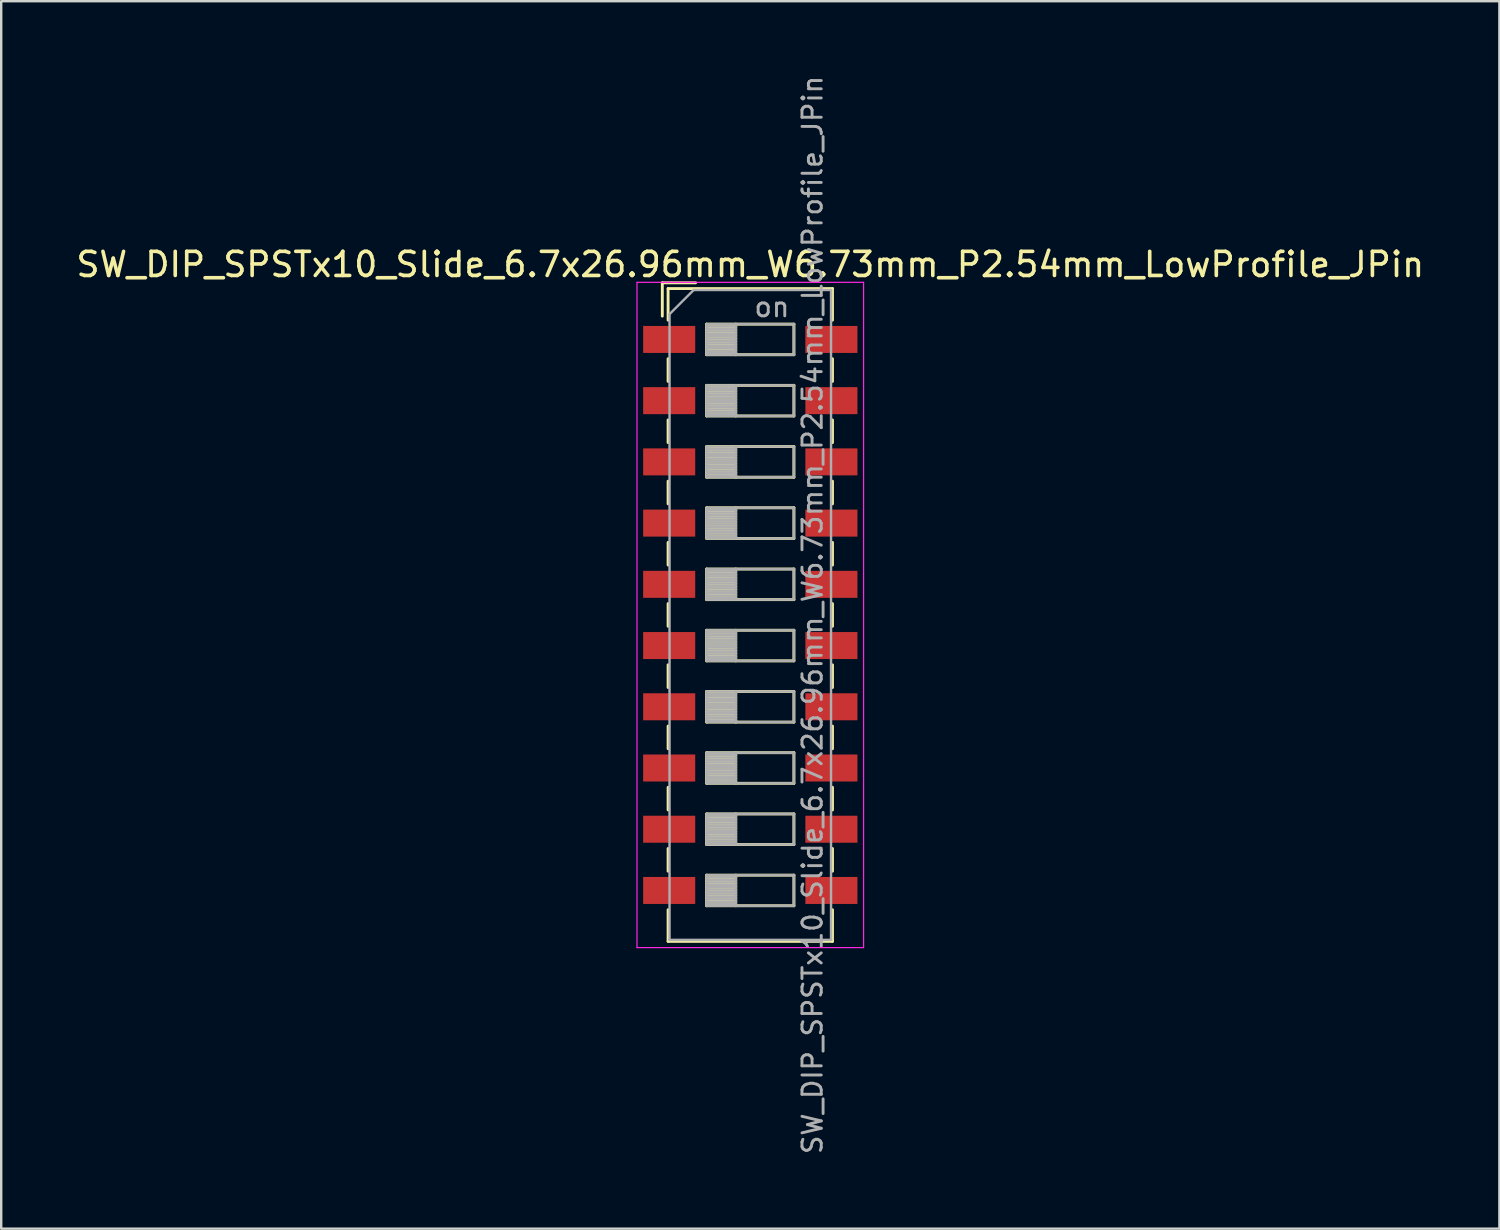
<source format=kicad_pcb>
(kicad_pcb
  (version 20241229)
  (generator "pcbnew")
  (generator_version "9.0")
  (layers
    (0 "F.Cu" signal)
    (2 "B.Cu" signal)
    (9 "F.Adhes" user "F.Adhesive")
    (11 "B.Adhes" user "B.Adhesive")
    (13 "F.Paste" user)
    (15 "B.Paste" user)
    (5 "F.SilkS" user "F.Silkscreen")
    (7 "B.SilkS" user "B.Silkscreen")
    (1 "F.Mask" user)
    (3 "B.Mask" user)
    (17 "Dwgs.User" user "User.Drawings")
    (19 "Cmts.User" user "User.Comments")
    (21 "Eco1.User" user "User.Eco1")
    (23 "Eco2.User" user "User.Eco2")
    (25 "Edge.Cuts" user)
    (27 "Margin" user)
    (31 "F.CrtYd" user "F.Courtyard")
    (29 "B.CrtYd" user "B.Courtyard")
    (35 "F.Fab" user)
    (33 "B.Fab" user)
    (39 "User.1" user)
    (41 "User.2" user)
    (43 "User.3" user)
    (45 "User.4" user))
  (footprint "SW_DIP_SPSTx10_Slide_6.7x26.96mm_W6.73mm_P2.54mm_LowProfile_JPin"
    (layer "F.Cu")
    (at 28.077 22.462)
    (property "Reference" "SW_DIP_SPSTx10_Slide_6.7x26.96mm_W6.73mm_P2.54mm_LowProfile_JPin" (at 0 -14.54 0) (layer "F.SilkS") (effects (font (size 1 1) (thickness 0.15))))
    (attr smd)
    (fp_line (start -3.65 -13.78) (end -3.65 -12.397) (stroke (width 0.12) (type solid)) (layer "F.SilkS"))
    (fp_line (start -3.65 -13.78) (end -2.267 -13.78) (stroke (width 0.12) (type solid)) (layer "F.SilkS"))
    (fp_line (start -3.41 -13.54) (end -3.41 -12.23) (stroke (width 0.12) (type solid)) (layer "F.SilkS"))
    (fp_line (start -3.41 -13.54) (end 3.41 -13.54) (stroke (width 0.12) (type solid)) (layer "F.SilkS"))
    (fp_line (start -3.41 -10.63) (end -3.41 -9.69) (stroke (width 0.12) (type solid)) (layer "F.SilkS"))
    (fp_line (start -3.41 -8.09) (end -3.41 -7.15) (stroke (width 0.12) (type solid)) (layer "F.SilkS"))
    (fp_line (start -3.41 -5.55) (end -3.41 -4.61) (stroke (width 0.12) (type solid)) (layer "F.SilkS"))
    (fp_line (start -3.41 -3.01) (end -3.41 -2.07) (stroke (width 0.12) (type solid)) (layer "F.SilkS"))
    (fp_line (start -3.41 -0.47) (end -3.41 0.47) (stroke (width 0.12) (type solid)) (layer "F.SilkS"))
    (fp_line (start -3.41 2.07) (end -3.41 3.01) (stroke (width 0.12) (type solid)) (layer "F.SilkS"))
    (fp_line (start -3.41 4.61) (end -3.41 5.55) (stroke (width 0.12) (type solid)) (layer "F.SilkS"))
    (fp_line (start -3.41 7.15) (end -3.41 8.09) (stroke (width 0.12) (type solid)) (layer "F.SilkS"))
    (fp_line (start -3.41 9.69) (end -3.41 10.63) (stroke (width 0.12) (type solid)) (layer "F.SilkS"))
    (fp_line (start -3.41 12.23) (end -3.41 13.541) (stroke (width 0.12) (type solid)) (layer "F.SilkS"))
    (fp_line (start -3.41 13.541) (end 3.41 13.541) (stroke (width 0.12) (type solid)) (layer "F.SilkS"))
    (fp_line (start -1.81 -12.065) (end -1.81 -10.795) (stroke (width 0.12) (type solid)) (layer "F.SilkS"))
    (fp_line (start -1.81 -11.945) (end -0.603 -11.945) (stroke (width 0.12) (type solid)) (layer "F.SilkS"))
    (fp_line (start -1.81 -11.825) (end -0.603 -11.825) (stroke (width 0.12) (type solid)) (layer "F.SilkS"))
    (fp_line (start -1.81 -11.705) (end -0.603 -11.705) (stroke (width 0.12) (type solid)) (layer "F.SilkS"))
    (fp_line (start -1.81 -11.585) (end -0.603 -11.585) (stroke (width 0.12) (type solid)) (layer "F.SilkS"))
    (fp_line (start -1.81 -11.465) (end -0.603 -11.465) (stroke (width 0.12) (type solid)) (layer "F.SilkS"))
    (fp_line (start -1.81 -11.345) (end -0.603 -11.345) (stroke (width 0.12) (type solid)) (layer "F.SilkS"))
    (fp_line (start -1.81 -11.225) (end -0.603 -11.225) (stroke (width 0.12) (type solid)) (layer "F.SilkS"))
    (fp_line (start -1.81 -11.105) (end -0.603 -11.105) (stroke (width 0.12) (type solid)) (layer "F.SilkS"))
    (fp_line (start -1.81 -10.985) (end -0.603 -10.985) (stroke (width 0.12) (type solid)) (layer "F.SilkS"))
    (fp_line (start -1.81 -10.865) (end -0.603 -10.865) (stroke (width 0.12) (type solid)) (layer "F.SilkS"))
    (fp_line (start -1.81 -10.795) (end 1.81 -10.795) (stroke (width 0.12) (type solid)) (layer "F.SilkS"))
    (fp_line (start -1.81 -9.525) (end -1.81 -8.255) (stroke (width 0.12) (type solid)) (layer "F.SilkS"))
    (fp_line (start -1.81 -9.405) (end -0.603 -9.405) (stroke (width 0.12) (type solid)) (layer "F.SilkS"))
    (fp_line (start -1.81 -9.285) (end -0.603 -9.285) (stroke (width 0.12) (type solid)) (layer "F.SilkS"))
    (fp_line (start -1.81 -9.165) (end -0.603 -9.165) (stroke (width 0.12) (type solid)) (layer "F.SilkS"))
    (fp_line (start -1.81 -9.045) (end -0.603 -9.045) (stroke (width 0.12) (type solid)) (layer "F.SilkS"))
    (fp_line (start -1.81 -8.925) (end -0.603 -8.925) (stroke (width 0.12) (type solid)) (layer "F.SilkS"))
    (fp_line (start -1.81 -8.805) (end -0.603 -8.805) (stroke (width 0.12) (type solid)) (layer "F.SilkS"))
    (fp_line (start -1.81 -8.685) (end -0.603 -8.685) (stroke (width 0.12) (type solid)) (layer "F.SilkS"))
    (fp_line (start -1.81 -8.565) (end -0.603 -8.565) (stroke (width 0.12) (type solid)) (layer "F.SilkS"))
    (fp_line (start -1.81 -8.445) (end -0.603 -8.445) (stroke (width 0.12) (type solid)) (layer "F.SilkS"))
    (fp_line (start -1.81 -8.325) (end -0.603 -8.325) (stroke (width 0.12) (type solid)) (layer "F.SilkS"))
    (fp_line (start -1.81 -8.255) (end 1.81 -8.255) (stroke (width 0.12) (type solid)) (layer "F.SilkS"))
    (fp_line (start -1.81 -6.985) (end -1.81 -5.715) (stroke (width 0.12) (type solid)) (layer "F.SilkS"))
    (fp_line (start -1.81 -6.865) (end -0.603 -6.865) (stroke (width 0.12) (type solid)) (layer "F.SilkS"))
    (fp_line (start -1.81 -6.745) (end -0.603 -6.745) (stroke (width 0.12) (type solid)) (layer "F.SilkS"))
    (fp_line (start -1.81 -6.625) (end -0.603 -6.625) (stroke (width 0.12) (type solid)) (layer "F.SilkS"))
    (fp_line (start -1.81 -6.505) (end -0.603 -6.505) (stroke (width 0.12) (type solid)) (layer "F.SilkS"))
    (fp_line (start -1.81 -6.385) (end -0.603 -6.385) (stroke (width 0.12) (type solid)) (layer "F.SilkS"))
    (fp_line (start -1.81 -6.265) (end -0.603 -6.265) (stroke (width 0.12) (type solid)) (layer "F.SilkS"))
    (fp_line (start -1.81 -6.145) (end -0.603 -6.145) (stroke (width 0.12) (type solid)) (layer "F.SilkS"))
    (fp_line (start -1.81 -6.025) (end -0.603 -6.025) (stroke (width 0.12) (type solid)) (layer "F.SilkS"))
    (fp_line (start -1.81 -5.905) (end -0.603 -5.905) (stroke (width 0.12) (type solid)) (layer "F.SilkS"))
    (fp_line (start -1.81 -5.785) (end -0.603 -5.785) (stroke (width 0.12) (type solid)) (layer "F.SilkS"))
    (fp_line (start -1.81 -5.715) (end 1.81 -5.715) (stroke (width 0.12) (type solid)) (layer "F.SilkS"))
    (fp_line (start -1.81 -4.445) (end -1.81 -3.175) (stroke (width 0.12) (type solid)) (layer "F.SilkS"))
    (fp_line (start -1.81 -4.325) (end -0.603 -4.325) (stroke (width 0.12) (type solid)) (layer "F.SilkS"))
    (fp_line (start -1.81 -4.205) (end -0.603 -4.205) (stroke (width 0.12) (type solid)) (layer "F.SilkS"))
    (fp_line (start -1.81 -4.085) (end -0.603 -4.085) (stroke (width 0.12) (type solid)) (layer "F.SilkS"))
    (fp_line (start -1.81 -3.965) (end -0.603 -3.965) (stroke (width 0.12) (type solid)) (layer "F.SilkS"))
    (fp_line (start -1.81 -3.845) (end -0.603 -3.845) (stroke (width 0.12) (type solid)) (layer "F.SilkS"))
    (fp_line (start -1.81 -3.725) (end -0.603 -3.725) (stroke (width 0.12) (type solid)) (layer "F.SilkS"))
    (fp_line (start -1.81 -3.605) (end -0.603 -3.605) (stroke (width 0.12) (type solid)) (layer "F.SilkS"))
    (fp_line (start -1.81 -3.485) (end -0.603 -3.485) (stroke (width 0.12) (type solid)) (layer "F.SilkS"))
    (fp_line (start -1.81 -3.365) (end -0.603 -3.365) (stroke (width 0.12) (type solid)) (layer "F.SilkS"))
    (fp_line (start -1.81 -3.245) (end -0.603 -3.245) (stroke (width 0.12) (type solid)) (layer "F.SilkS"))
    (fp_line (start -1.81 -3.175) (end 1.81 -3.175) (stroke (width 0.12) (type solid)) (layer "F.SilkS"))
    (fp_line (start -1.81 -1.905) (end -1.81 -0.635) (stroke (width 0.12) (type solid)) (layer "F.SilkS"))
    (fp_line (start -1.81 -1.785) (end -0.603 -1.785) (stroke (width 0.12) (type solid)) (layer "F.SilkS"))
    (fp_line (start -1.81 -1.665) (end -0.603 -1.665) (stroke (width 0.12) (type solid)) (layer "F.SilkS"))
    (fp_line (start -1.81 -1.545) (end -0.603 -1.545) (stroke (width 0.12) (type solid)) (layer "F.SilkS"))
    (fp_line (start -1.81 -1.425) (end -0.603 -1.425) (stroke (width 0.12) (type solid)) (layer "F.SilkS"))
    (fp_line (start -1.81 -1.305) (end -0.603 -1.305) (stroke (width 0.12) (type solid)) (layer "F.SilkS"))
    (fp_line (start -1.81 -1.185) (end -0.603 -1.185) (stroke (width 0.12) (type solid)) (layer "F.SilkS"))
    (fp_line (start -1.81 -1.065) (end -0.603 -1.065) (stroke (width 0.12) (type solid)) (layer "F.SilkS"))
    (fp_line (start -1.81 -0.945) (end -0.603 -0.945) (stroke (width 0.12) (type solid)) (layer "F.SilkS"))
    (fp_line (start -1.81 -0.825) (end -0.603 -0.825) (stroke (width 0.12) (type solid)) (layer "F.SilkS"))
    (fp_line (start -1.81 -0.705) (end -0.603 -0.705) (stroke (width 0.12) (type solid)) (layer "F.SilkS"))
    (fp_line (start -1.81 -0.635) (end 1.81 -0.635) (stroke (width 0.12) (type solid)) (layer "F.SilkS"))
    (fp_line (start -1.81 0.635) (end -1.81 1.905) (stroke (width 0.12) (type solid)) (layer "F.SilkS"))
    (fp_line (start -1.81 0.755) (end -0.603 0.755) (stroke (width 0.12) (type solid)) (layer "F.SilkS"))
    (fp_line (start -1.81 0.875) (end -0.603 0.875) (stroke (width 0.12) (type solid)) (layer "F.SilkS"))
    (fp_line (start -1.81 0.995) (end -0.603 0.995) (stroke (width 0.12) (type solid)) (layer "F.SilkS"))
    (fp_line (start -1.81 1.115) (end -0.603 1.115) (stroke (width 0.12) (type solid)) (layer "F.SilkS"))
    (fp_line (start -1.81 1.235) (end -0.603 1.235) (stroke (width 0.12) (type solid)) (layer "F.SilkS"))
    (fp_line (start -1.81 1.355) (end -0.603 1.355) (stroke (width 0.12) (type solid)) (layer "F.SilkS"))
    (fp_line (start -1.81 1.475) (end -0.603 1.475) (stroke (width 0.12) (type solid)) (layer "F.SilkS"))
    (fp_line (start -1.81 1.595) (end -0.603 1.595) (stroke (width 0.12) (type solid)) (layer "F.SilkS"))
    (fp_line (start -1.81 1.715) (end -0.603 1.715) (stroke (width 0.12) (type solid)) (layer "F.SilkS"))
    (fp_line (start -1.81 1.835) (end -0.603 1.835) (stroke (width 0.12) (type solid)) (layer "F.SilkS"))
    (fp_line (start -1.81 1.905) (end 1.81 1.905) (stroke (width 0.12) (type solid)) (layer "F.SilkS"))
    (fp_line (start -1.81 3.175) (end -1.81 4.445) (stroke (width 0.12) (type solid)) (layer "F.SilkS"))
    (fp_line (start -1.81 3.295) (end -0.603 3.295) (stroke (width 0.12) (type solid)) (layer "F.SilkS"))
    (fp_line (start -1.81 3.415) (end -0.603 3.415) (stroke (width 0.12) (type solid)) (layer "F.SilkS"))
    (fp_line (start -1.81 3.535) (end -0.603 3.535) (stroke (width 0.12) (type solid)) (layer "F.SilkS"))
    (fp_line (start -1.81 3.655) (end -0.603 3.655) (stroke (width 0.12) (type solid)) (layer "F.SilkS"))
    (fp_line (start -1.81 3.775) (end -0.603 3.775) (stroke (width 0.12) (type solid)) (layer "F.SilkS"))
    (fp_line (start -1.81 3.895) (end -0.603 3.895) (stroke (width 0.12) (type solid)) (layer "F.SilkS"))
    (fp_line (start -1.81 4.015) (end -0.603 4.015) (stroke (width 0.12) (type solid)) (layer "F.SilkS"))
    (fp_line (start -1.81 4.135) (end -0.603 4.135) (stroke (width 0.12) (type solid)) (layer "F.SilkS"))
    (fp_line (start -1.81 4.255) (end -0.603 4.255) (stroke (width 0.12) (type solid)) (layer "F.SilkS"))
    (fp_line (start -1.81 4.375) (end -0.603 4.375) (stroke (width 0.12) (type solid)) (layer "F.SilkS"))
    (fp_line (start -1.81 4.445) (end 1.81 4.445) (stroke (width 0.12) (type solid)) (layer "F.SilkS"))
    (fp_line (start -1.81 5.715) (end -1.81 6.985) (stroke (width 0.12) (type solid)) (layer "F.SilkS"))
    (fp_line (start -1.81 5.835) (end -0.603 5.835) (stroke (width 0.12) (type solid)) (layer "F.SilkS"))
    (fp_line (start -1.81 5.955) (end -0.603 5.955) (stroke (width 0.12) (type solid)) (layer "F.SilkS"))
    (fp_line (start -1.81 6.075) (end -0.603 6.075) (stroke (width 0.12) (type solid)) (layer "F.SilkS"))
    (fp_line (start -1.81 6.195) (end -0.603 6.195) (stroke (width 0.12) (type solid)) (layer "F.SilkS"))
    (fp_line (start -1.81 6.315) (end -0.603 6.315) (stroke (width 0.12) (type solid)) (layer "F.SilkS"))
    (fp_line (start -1.81 6.435) (end -0.603 6.435) (stroke (width 0.12) (type solid)) (layer "F.SilkS"))
    (fp_line (start -1.81 6.555) (end -0.603 6.555) (stroke (width 0.12) (type solid)) (layer "F.SilkS"))
    (fp_line (start -1.81 6.675) (end -0.603 6.675) (stroke (width 0.12) (type solid)) (layer "F.SilkS"))
    (fp_line (start -1.81 6.795) (end -0.603 6.795) (stroke (width 0.12) (type solid)) (layer "F.SilkS"))
    (fp_line (start -1.81 6.915) (end -0.603 6.915) (stroke (width 0.12) (type solid)) (layer "F.SilkS"))
    (fp_line (start -1.81 6.985) (end 1.81 6.985) (stroke (width 0.12) (type solid)) (layer "F.SilkS"))
    (fp_line (start -1.81 8.255) (end -1.81 9.525) (stroke (width 0.12) (type solid)) (layer "F.SilkS"))
    (fp_line (start -1.81 8.375) (end -0.603 8.375) (stroke (width 0.12) (type solid)) (layer "F.SilkS"))
    (fp_line (start -1.81 8.495) (end -0.603 8.495) (stroke (width 0.12) (type solid)) (layer "F.SilkS"))
    (fp_line (start -1.81 8.615) (end -0.603 8.615) (stroke (width 0.12) (type solid)) (layer "F.SilkS"))
    (fp_line (start -1.81 8.735) (end -0.603 8.735) (stroke (width 0.12) (type solid)) (layer "F.SilkS"))
    (fp_line (start -1.81 8.855) (end -0.603 8.855) (stroke (width 0.12) (type solid)) (layer "F.SilkS"))
    (fp_line (start -1.81 8.975) (end -0.603 8.975) (stroke (width 0.12) (type solid)) (layer "F.SilkS"))
    (fp_line (start -1.81 9.095) (end -0.603 9.095) (stroke (width 0.12) (type solid)) (layer "F.SilkS"))
    (fp_line (start -1.81 9.215) (end -0.603 9.215) (stroke (width 0.12) (type solid)) (layer "F.SilkS"))
    (fp_line (start -1.81 9.335) (end -0.603 9.335) (stroke (width 0.12) (type solid)) (layer "F.SilkS"))
    (fp_line (start -1.81 9.455) (end -0.603 9.455) (stroke (width 0.12) (type solid)) (layer "F.SilkS"))
    (fp_line (start -1.81 9.525) (end 1.81 9.525) (stroke (width 0.12) (type solid)) (layer "F.SilkS"))
    (fp_line (start -1.81 10.795) (end -1.81 12.065) (stroke (width 0.12) (type solid)) (layer "F.SilkS"))
    (fp_line (start -1.81 10.915) (end -0.603 10.915) (stroke (width 0.12) (type solid)) (layer "F.SilkS"))
    (fp_line (start -1.81 11.035) (end -0.603 11.035) (stroke (width 0.12) (type solid)) (layer "F.SilkS"))
    (fp_line (start -1.81 11.155) (end -0.603 11.155) (stroke (width 0.12) (type solid)) (layer "F.SilkS"))
    (fp_line (start -1.81 11.275) (end -0.603 11.275) (stroke (width 0.12) (type solid)) (layer "F.SilkS"))
    (fp_line (start -1.81 11.395) (end -0.603 11.395) (stroke (width 0.12) (type solid)) (layer "F.SilkS"))
    (fp_line (start -1.81 11.515) (end -0.603 11.515) (stroke (width 0.12) (type solid)) (layer "F.SilkS"))
    (fp_line (start -1.81 11.635) (end -0.603 11.635) (stroke (width 0.12) (type solid)) (layer "F.SilkS"))
    (fp_line (start -1.81 11.755) (end -0.603 11.755) (stroke (width 0.12) (type solid)) (layer "F.SilkS"))
    (fp_line (start -1.81 11.875) (end -0.603 11.875) (stroke (width 0.12) (type solid)) (layer "F.SilkS"))
    (fp_line (start -1.81 11.995) (end -0.603 11.995) (stroke (width 0.12) (type solid)) (layer "F.SilkS"))
    (fp_line (start -1.81 12.065) (end 1.81 12.065) (stroke (width 0.12) (type solid)) (layer "F.SilkS"))
    (fp_line (start -0.603 -12.065) (end -0.603 -10.795) (stroke (width 0.12) (type solid)) (layer "F.SilkS"))
    (fp_line (start -0.603 -9.525) (end -0.603 -8.255) (stroke (width 0.12) (type solid)) (layer "F.SilkS"))
    (fp_line (start -0.603 -6.985) (end -0.603 -5.715) (stroke (width 0.12) (type solid)) (layer "F.SilkS"))
    (fp_line (start -0.603 -4.445) (end -0.603 -3.175) (stroke (width 0.12) (type solid)) (layer "F.SilkS"))
    (fp_line (start -0.603 -1.905) (end -0.603 -0.635) (stroke (width 0.12) (type solid)) (layer "F.SilkS"))
    (fp_line (start -0.603 0.635) (end -0.603 1.905) (stroke (width 0.12) (type solid)) (layer "F.SilkS"))
    (fp_line (start -0.603 3.175) (end -0.603 4.445) (stroke (width 0.12) (type solid)) (layer "F.SilkS"))
    (fp_line (start -0.603 5.715) (end -0.603 6.985) (stroke (width 0.12) (type solid)) (layer "F.SilkS"))
    (fp_line (start -0.603 8.255) (end -0.603 9.525) (stroke (width 0.12) (type solid)) (layer "F.SilkS"))
    (fp_line (start -0.603 10.795) (end -0.603 12.065) (stroke (width 0.12) (type solid)) (layer "F.SilkS"))
    (fp_line (start 1.81 -12.065) (end -1.81 -12.065) (stroke (width 0.12) (type solid)) (layer "F.SilkS"))
    (fp_line (start 1.81 -10.795) (end 1.81 -12.065) (stroke (width 0.12) (type solid)) (layer "F.SilkS"))
    (fp_line (start 1.81 -9.525) (end -1.81 -9.525) (stroke (width 0.12) (type solid)) (layer "F.SilkS"))
    (fp_line (start 1.81 -8.255) (end 1.81 -9.525) (stroke (width 0.12) (type solid)) (layer "F.SilkS"))
    (fp_line (start 1.81 -6.985) (end -1.81 -6.985) (stroke (width 0.12) (type solid)) (layer "F.SilkS"))
    (fp_line (start 1.81 -5.715) (end 1.81 -6.985) (stroke (width 0.12) (type solid)) (layer "F.SilkS"))
    (fp_line (start 1.81 -4.445) (end -1.81 -4.445) (stroke (width 0.12) (type solid)) (layer "F.SilkS"))
    (fp_line (start 1.81 -3.175) (end 1.81 -4.445) (stroke (width 0.12) (type solid)) (layer "F.SilkS"))
    (fp_line (start 1.81 -1.905) (end -1.81 -1.905) (stroke (width 0.12) (type solid)) (layer "F.SilkS"))
    (fp_line (start 1.81 -0.635) (end 1.81 -1.905) (stroke (width 0.12) (type solid)) (layer "F.SilkS"))
    (fp_line (start 1.81 0.635) (end -1.81 0.635) (stroke (width 0.12) (type solid)) (layer "F.SilkS"))
    (fp_line (start 1.81 1.905) (end 1.81 0.635) (stroke (width 0.12) (type solid)) (layer "F.SilkS"))
    (fp_line (start 1.81 3.175) (end -1.81 3.175) (stroke (width 0.12) (type solid)) (layer "F.SilkS"))
    (fp_line (start 1.81 4.445) (end 1.81 3.175) (stroke (width 0.12) (type solid)) (layer "F.SilkS"))
    (fp_line (start 1.81 5.715) (end -1.81 5.715) (stroke (width 0.12) (type solid)) (layer "F.SilkS"))
    (fp_line (start 1.81 6.985) (end 1.81 5.715) (stroke (width 0.12) (type solid)) (layer "F.SilkS"))
    (fp_line (start 1.81 8.255) (end -1.81 8.255) (stroke (width 0.12) (type solid)) (layer "F.SilkS"))
    (fp_line (start 1.81 9.525) (end 1.81 8.255) (stroke (width 0.12) (type solid)) (layer "F.SilkS"))
    (fp_line (start 1.81 10.795) (end -1.81 10.795) (stroke (width 0.12) (type solid)) (layer "F.SilkS"))
    (fp_line (start 1.81 12.065) (end 1.81 10.795) (stroke (width 0.12) (type solid)) (layer "F.SilkS"))
    (fp_line (start 3.41 -13.54) (end 3.41 -12.23) (stroke (width 0.12) (type solid)) (layer "F.SilkS"))
    (fp_line (start 3.41 -10.629) (end 3.41 -9.689) (stroke (width 0.12) (type solid)) (layer "F.SilkS"))
    (fp_line (start 3.41 -8.089) (end 3.41 -7.149) (stroke (width 0.12) (type solid)) (layer "F.SilkS"))
    (fp_line (start 3.41 -5.549) (end 3.41 -4.609) (stroke (width 0.12) (type solid)) (layer "F.SilkS"))
    (fp_line (start 3.41 -3.009) (end 3.41 -2.069) (stroke (width 0.12) (type solid)) (layer "F.SilkS"))
    (fp_line (start 3.41 -0.469) (end 3.41 0.471) (stroke (width 0.12) (type solid)) (layer "F.SilkS"))
    (fp_line (start 3.41 2.071) (end 3.41 3.011) (stroke (width 0.12) (type solid)) (layer "F.SilkS"))
    (fp_line (start 3.41 4.611) (end 3.41 5.55) (stroke (width 0.12) (type solid)) (layer "F.SilkS"))
    (fp_line (start 3.41 7.15) (end 3.41 8.09) (stroke (width 0.12) (type solid)) (layer "F.SilkS"))
    (fp_line (start 3.41 9.69) (end 3.41 10.63) (stroke (width 0.12) (type solid)) (layer "F.SilkS"))
    (fp_line (start 3.41 12.23) (end 3.41 13.541) (stroke (width 0.12) (type solid)) (layer "F.SilkS"))
    (fp_line (start -4.7 -13.8) (end -4.7 13.8) (stroke (width 0.05) (type solid)) (layer "F.CrtYd"))
    (fp_line (start -4.7 13.8) (end 4.7 13.8) (stroke (width 0.05) (type solid)) (layer "F.CrtYd"))
    (fp_line (start 4.7 -13.8) (end -4.7 -13.8) (stroke (width 0.05) (type solid)) (layer "F.CrtYd"))
    (fp_line (start 4.7 13.8) (end 4.7 -13.8) (stroke (width 0.05) (type solid)) (layer "F.CrtYd"))
    (fp_line (start -3.35 -12.48) (end -2.35 -13.48) (stroke (width 0.1) (type solid)) (layer "F.Fab"))
    (fp_line (start -3.35 13.48) (end -3.35 -12.48) (stroke (width 0.1) (type solid)) (layer "F.Fab"))
    (fp_line (start -2.35 -13.48) (end 3.35 -13.48) (stroke (width 0.1) (type solid)) (layer "F.Fab"))
    (fp_line (start -1.81 -12.065) (end -1.81 -10.795) (stroke (width 0.1) (type solid)) (layer "F.Fab"))
    (fp_line (start -1.81 -11.965) (end -0.603 -11.965) (stroke (width 0.1) (type solid)) (layer "F.Fab"))
    (fp_line (start -1.81 -11.865) (end -0.603 -11.865) (stroke (width 0.1) (type solid)) (layer "F.Fab"))
    (fp_line (start -1.81 -11.765) (end -0.603 -11.765) (stroke (width 0.1) (type solid)) (layer "F.Fab"))
    (fp_line (start -1.81 -11.665) (end -0.603 -11.665) (stroke (width 0.1) (type solid)) (layer "F.Fab"))
    (fp_line (start -1.81 -11.565) (end -0.603 -11.565) (stroke (width 0.1) (type solid)) (layer "F.Fab"))
    (fp_line (start -1.81 -11.465) (end -0.603 -11.465) (stroke (width 0.1) (type solid)) (layer "F.Fab"))
    (fp_line (start -1.81 -11.365) (end -0.603 -11.365) (stroke (width 0.1) (type solid)) (layer "F.Fab"))
    (fp_line (start -1.81 -11.265) (end -0.603 -11.265) (stroke (width 0.1) (type solid)) (layer "F.Fab"))
    (fp_line (start -1.81 -11.165) (end -0.603 -11.165) (stroke (width 0.1) (type solid)) (layer "F.Fab"))
    (fp_line (start -1.81 -11.065) (end -0.603 -11.065) (stroke (width 0.1) (type solid)) (layer "F.Fab"))
    (fp_line (start -1.81 -10.965) (end -0.603 -10.965) (stroke (width 0.1) (type solid)) (layer "F.Fab"))
    (fp_line (start -1.81 -10.865) (end -0.603 -10.865) (stroke (width 0.1) (type solid)) (layer "F.Fab"))
    (fp_line (start -1.81 -10.795) (end 1.81 -10.795) (stroke (width 0.1) (type solid)) (layer "F.Fab"))
    (fp_line (start -1.81 -9.525) (end -1.81 -8.255) (stroke (width 0.1) (type solid)) (layer "F.Fab"))
    (fp_line (start -1.81 -9.425) (end -0.603 -9.425) (stroke (width 0.1) (type solid)) (layer "F.Fab"))
    (fp_line (start -1.81 -9.325) (end -0.603 -9.325) (stroke (width 0.1) (type solid)) (layer "F.Fab"))
    (fp_line (start -1.81 -9.225) (end -0.603 -9.225) (stroke (width 0.1) (type solid)) (layer "F.Fab"))
    (fp_line (start -1.81 -9.125) (end -0.603 -9.125) (stroke (width 0.1) (type solid)) (layer "F.Fab"))
    (fp_line (start -1.81 -9.025) (end -0.603 -9.025) (stroke (width 0.1) (type solid)) (layer "F.Fab"))
    (fp_line (start -1.81 -8.925) (end -0.603 -8.925) (stroke (width 0.1) (type solid)) (layer "F.Fab"))
    (fp_line (start -1.81 -8.825) (end -0.603 -8.825) (stroke (width 0.1) (type solid)) (layer "F.Fab"))
    (fp_line (start -1.81 -8.725) (end -0.603 -8.725) (stroke (width 0.1) (type solid)) (layer "F.Fab"))
    (fp_line (start -1.81 -8.625) (end -0.603 -8.625) (stroke (width 0.1) (type solid)) (layer "F.Fab"))
    (fp_line (start -1.81 -8.525) (end -0.603 -8.525) (stroke (width 0.1) (type solid)) (layer "F.Fab"))
    (fp_line (start -1.81 -8.425) (end -0.603 -8.425) (stroke (width 0.1) (type solid)) (layer "F.Fab"))
    (fp_line (start -1.81 -8.325) (end -0.603 -8.325) (stroke (width 0.1) (type solid)) (layer "F.Fab"))
    (fp_line (start -1.81 -8.255) (end 1.81 -8.255) (stroke (width 0.1) (type solid)) (layer "F.Fab"))
    (fp_line (start -1.81 -6.985) (end -1.81 -5.715) (stroke (width 0.1) (type solid)) (layer "F.Fab"))
    (fp_line (start -1.81 -6.885) (end -0.603 -6.885) (stroke (width 0.1) (type solid)) (layer "F.Fab"))
    (fp_line (start -1.81 -6.785) (end -0.603 -6.785) (stroke (width 0.1) (type solid)) (layer "F.Fab"))
    (fp_line (start -1.81 -6.685) (end -0.603 -6.685) (stroke (width 0.1) (type solid)) (layer "F.Fab"))
    (fp_line (start -1.81 -6.585) (end -0.603 -6.585) (stroke (width 0.1) (type solid)) (layer "F.Fab"))
    (fp_line (start -1.81 -6.485) (end -0.603 -6.485) (stroke (width 0.1) (type solid)) (layer "F.Fab"))
    (fp_line (start -1.81 -6.385) (end -0.603 -6.385) (stroke (width 0.1) (type solid)) (layer "F.Fab"))
    (fp_line (start -1.81 -6.285) (end -0.603 -6.285) (stroke (width 0.1) (type solid)) (layer "F.Fab"))
    (fp_line (start -1.81 -6.185) (end -0.603 -6.185) (stroke (width 0.1) (type solid)) (layer "F.Fab"))
    (fp_line (start -1.81 -6.085) (end -0.603 -6.085) (stroke (width 0.1) (type solid)) (layer "F.Fab"))
    (fp_line (start -1.81 -5.985) (end -0.603 -5.985) (stroke (width 0.1) (type solid)) (layer "F.Fab"))
    (fp_line (start -1.81 -5.885) (end -0.603 -5.885) (stroke (width 0.1) (type solid)) (layer "F.Fab"))
    (fp_line (start -1.81 -5.785) (end -0.603 -5.785) (stroke (width 0.1) (type solid)) (layer "F.Fab"))
    (fp_line (start -1.81 -5.715) (end 1.81 -5.715) (stroke (width 0.1) (type solid)) (layer "F.Fab"))
    (fp_line (start -1.81 -4.445) (end -1.81 -3.175) (stroke (width 0.1) (type solid)) (layer "F.Fab"))
    (fp_line (start -1.81 -4.345) (end -0.603 -4.345) (stroke (width 0.1) (type solid)) (layer "F.Fab"))
    (fp_line (start -1.81 -4.245) (end -0.603 -4.245) (stroke (width 0.1) (type solid)) (layer "F.Fab"))
    (fp_line (start -1.81 -4.145) (end -0.603 -4.145) (stroke (width 0.1) (type solid)) (layer "F.Fab"))
    (fp_line (start -1.81 -4.045) (end -0.603 -4.045) (stroke (width 0.1) (type solid)) (layer "F.Fab"))
    (fp_line (start -1.81 -3.945) (end -0.603 -3.945) (stroke (width 0.1) (type solid)) (layer "F.Fab"))
    (fp_line (start -1.81 -3.845) (end -0.603 -3.845) (stroke (width 0.1) (type solid)) (layer "F.Fab"))
    (fp_line (start -1.81 -3.745) (end -0.603 -3.745) (stroke (width 0.1) (type solid)) (layer "F.Fab"))
    (fp_line (start -1.81 -3.645) (end -0.603 -3.645) (stroke (width 0.1) (type solid)) (layer "F.Fab"))
    (fp_line (start -1.81 -3.545) (end -0.603 -3.545) (stroke (width 0.1) (type solid)) (layer "F.Fab"))
    (fp_line (start -1.81 -3.445) (end -0.603 -3.445) (stroke (width 0.1) (type solid)) (layer "F.Fab"))
    (fp_line (start -1.81 -3.345) (end -0.603 -3.345) (stroke (width 0.1) (type solid)) (layer "F.Fab"))
    (fp_line (start -1.81 -3.245) (end -0.603 -3.245) (stroke (width 0.1) (type solid)) (layer "F.Fab"))
    (fp_line (start -1.81 -3.175) (end 1.81 -3.175) (stroke (width 0.1) (type solid)) (layer "F.Fab"))
    (fp_line (start -1.81 -1.905) (end -1.81 -0.635) (stroke (width 0.1) (type solid)) (layer "F.Fab"))
    (fp_line (start -1.81 -1.805) (end -0.603 -1.805) (stroke (width 0.1) (type solid)) (layer "F.Fab"))
    (fp_line (start -1.81 -1.705) (end -0.603 -1.705) (stroke (width 0.1) (type solid)) (layer "F.Fab"))
    (fp_line (start -1.81 -1.605) (end -0.603 -1.605) (stroke (width 0.1) (type solid)) (layer "F.Fab"))
    (fp_line (start -1.81 -1.505) (end -0.603 -1.505) (stroke (width 0.1) (type solid)) (layer "F.Fab"))
    (fp_line (start -1.81 -1.405) (end -0.603 -1.405) (stroke (width 0.1) (type solid)) (layer "F.Fab"))
    (fp_line (start -1.81 -1.305) (end -0.603 -1.305) (stroke (width 0.1) (type solid)) (layer "F.Fab"))
    (fp_line (start -1.81 -1.205) (end -0.603 -1.205) (stroke (width 0.1) (type solid)) (layer "F.Fab"))
    (fp_line (start -1.81 -1.105) (end -0.603 -1.105) (stroke (width 0.1) (type solid)) (layer "F.Fab"))
    (fp_line (start -1.81 -1.005) (end -0.603 -1.005) (stroke (width 0.1) (type solid)) (layer "F.Fab"))
    (fp_line (start -1.81 -0.905) (end -0.603 -0.905) (stroke (width 0.1) (type solid)) (layer "F.Fab"))
    (fp_line (start -1.81 -0.805) (end -0.603 -0.805) (stroke (width 0.1) (type solid)) (layer "F.Fab"))
    (fp_line (start -1.81 -0.705) (end -0.603 -0.705) (stroke (width 0.1) (type solid)) (layer "F.Fab"))
    (fp_line (start -1.81 -0.635) (end 1.81 -0.635) (stroke (width 0.1) (type solid)) (layer "F.Fab"))
    (fp_line (start -1.81 0.635) (end -1.81 1.905) (stroke (width 0.1) (type solid)) (layer "F.Fab"))
    (fp_line (start -1.81 0.735) (end -0.603 0.735) (stroke (width 0.1) (type solid)) (layer "F.Fab"))
    (fp_line (start -1.81 0.835) (end -0.603 0.835) (stroke (width 0.1) (type solid)) (layer "F.Fab"))
    (fp_line (start -1.81 0.935) (end -0.603 0.935) (stroke (width 0.1) (type solid)) (layer "F.Fab"))
    (fp_line (start -1.81 1.035) (end -0.603 1.035) (stroke (width 0.1) (type solid)) (layer "F.Fab"))
    (fp_line (start -1.81 1.135) (end -0.603 1.135) (stroke (width 0.1) (type solid)) (layer "F.Fab"))
    (fp_line (start -1.81 1.235) (end -0.603 1.235) (stroke (width 0.1) (type solid)) (layer "F.Fab"))
    (fp_line (start -1.81 1.335) (end -0.603 1.335) (stroke (width 0.1) (type solid)) (layer "F.Fab"))
    (fp_line (start -1.81 1.435) (end -0.603 1.435) (stroke (width 0.1) (type solid)) (layer "F.Fab"))
    (fp_line (start -1.81 1.535) (end -0.603 1.535) (stroke (width 0.1) (type solid)) (layer "F.Fab"))
    (fp_line (start -1.81 1.635) (end -0.603 1.635) (stroke (width 0.1) (type solid)) (layer "F.Fab"))
    (fp_line (start -1.81 1.735) (end -0.603 1.735) (stroke (width 0.1) (type solid)) (layer "F.Fab"))
    (fp_line (start -1.81 1.835) (end -0.603 1.835) (stroke (width 0.1) (type solid)) (layer "F.Fab"))
    (fp_line (start -1.81 1.905) (end 1.81 1.905) (stroke (width 0.1) (type solid)) (layer "F.Fab"))
    (fp_line (start -1.81 3.175) (end -1.81 4.445) (stroke (width 0.1) (type solid)) (layer "F.Fab"))
    (fp_line (start -1.81 3.275) (end -0.603 3.275) (stroke (width 0.1) (type solid)) (layer "F.Fab"))
    (fp_line (start -1.81 3.375) (end -0.603 3.375) (stroke (width 0.1) (type solid)) (layer "F.Fab"))
    (fp_line (start -1.81 3.475) (end -0.603 3.475) (stroke (width 0.1) (type solid)) (layer "F.Fab"))
    (fp_line (start -1.81 3.575) (end -0.603 3.575) (stroke (width 0.1) (type solid)) (layer "F.Fab"))
    (fp_line (start -1.81 3.675) (end -0.603 3.675) (stroke (width 0.1) (type solid)) (layer "F.Fab"))
    (fp_line (start -1.81 3.775) (end -0.603 3.775) (stroke (width 0.1) (type solid)) (layer "F.Fab"))
    (fp_line (start -1.81 3.875) (end -0.603 3.875) (stroke (width 0.1) (type solid)) (layer "F.Fab"))
    (fp_line (start -1.81 3.975) (end -0.603 3.975) (stroke (width 0.1) (type solid)) (layer "F.Fab"))
    (fp_line (start -1.81 4.075) (end -0.603 4.075) (stroke (width 0.1) (type solid)) (layer "F.Fab"))
    (fp_line (start -1.81 4.175) (end -0.603 4.175) (stroke (width 0.1) (type solid)) (layer "F.Fab"))
    (fp_line (start -1.81 4.275) (end -0.603 4.275) (stroke (width 0.1) (type solid)) (layer "F.Fab"))
    (fp_line (start -1.81 4.375) (end -0.603 4.375) (stroke (width 0.1) (type solid)) (layer "F.Fab"))
    (fp_line (start -1.81 4.445) (end 1.81 4.445) (stroke (width 0.1) (type solid)) (layer "F.Fab"))
    (fp_line (start -1.81 5.715) (end -1.81 6.985) (stroke (width 0.1) (type solid)) (layer "F.Fab"))
    (fp_line (start -1.81 5.815) (end -0.603 5.815) (stroke (width 0.1) (type solid)) (layer "F.Fab"))
    (fp_line (start -1.81 5.915) (end -0.603 5.915) (stroke (width 0.1) (type solid)) (layer "F.Fab"))
    (fp_line (start -1.81 6.015) (end -0.603 6.015) (stroke (width 0.1) (type solid)) (layer "F.Fab"))
    (fp_line (start -1.81 6.115) (end -0.603 6.115) (stroke (width 0.1) (type solid)) (layer "F.Fab"))
    (fp_line (start -1.81 6.215) (end -0.603 6.215) (stroke (width 0.1) (type solid)) (layer "F.Fab"))
    (fp_line (start -1.81 6.315) (end -0.603 6.315) (stroke (width 0.1) (type solid)) (layer "F.Fab"))
    (fp_line (start -1.81 6.415) (end -0.603 6.415) (stroke (width 0.1) (type solid)) (layer "F.Fab"))
    (fp_line (start -1.81 6.515) (end -0.603 6.515) (stroke (width 0.1) (type solid)) (layer "F.Fab"))
    (fp_line (start -1.81 6.615) (end -0.603 6.615) (stroke (width 0.1) (type solid)) (layer "F.Fab"))
    (fp_line (start -1.81 6.715) (end -0.603 6.715) (stroke (width 0.1) (type solid)) (layer "F.Fab"))
    (fp_line (start -1.81 6.815) (end -0.603 6.815) (stroke (width 0.1) (type solid)) (layer "F.Fab"))
    (fp_line (start -1.81 6.915) (end -0.603 6.915) (stroke (width 0.1) (type solid)) (layer "F.Fab"))
    (fp_line (start -1.81 6.985) (end 1.81 6.985) (stroke (width 0.1) (type solid)) (layer "F.Fab"))
    (fp_line (start -1.81 8.255) (end -1.81 9.525) (stroke (width 0.1) (type solid)) (layer "F.Fab"))
    (fp_line (start -1.81 8.355) (end -0.603 8.355) (stroke (width 0.1) (type solid)) (layer "F.Fab"))
    (fp_line (start -1.81 8.455) (end -0.603 8.455) (stroke (width 0.1) (type solid)) (layer "F.Fab"))
    (fp_line (start -1.81 8.555) (end -0.603 8.555) (stroke (width 0.1) (type solid)) (layer "F.Fab"))
    (fp_line (start -1.81 8.655) (end -0.603 8.655) (stroke (width 0.1) (type solid)) (layer "F.Fab"))
    (fp_line (start -1.81 8.755) (end -0.603 8.755) (stroke (width 0.1) (type solid)) (layer "F.Fab"))
    (fp_line (start -1.81 8.855) (end -0.603 8.855) (stroke (width 0.1) (type solid)) (layer "F.Fab"))
    (fp_line (start -1.81 8.955) (end -0.603 8.955) (stroke (width 0.1) (type solid)) (layer "F.Fab"))
    (fp_line (start -1.81 9.055) (end -0.603 9.055) (stroke (width 0.1) (type solid)) (layer "F.Fab"))
    (fp_line (start -1.81 9.155) (end -0.603 9.155) (stroke (width 0.1) (type solid)) (layer "F.Fab"))
    (fp_line (start -1.81 9.255) (end -0.603 9.255) (stroke (width 0.1) (type solid)) (layer "F.Fab"))
    (fp_line (start -1.81 9.355) (end -0.603 9.355) (stroke (width 0.1) (type solid)) (layer "F.Fab"))
    (fp_line (start -1.81 9.455) (end -0.603 9.455) (stroke (width 0.1) (type solid)) (layer "F.Fab"))
    (fp_line (start -1.81 9.525) (end 1.81 9.525) (stroke (width 0.1) (type solid)) (layer "F.Fab"))
    (fp_line (start -1.81 10.795) (end -1.81 12.065) (stroke (width 0.1) (type solid)) (layer "F.Fab"))
    (fp_line (start -1.81 10.895) (end -0.603 10.895) (stroke (width 0.1) (type solid)) (layer "F.Fab"))
    (fp_line (start -1.81 10.995) (end -0.603 10.995) (stroke (width 0.1) (type solid)) (layer "F.Fab"))
    (fp_line (start -1.81 11.095) (end -0.603 11.095) (stroke (width 0.1) (type solid)) (layer "F.Fab"))
    (fp_line (start -1.81 11.195) (end -0.603 11.195) (stroke (width 0.1) (type solid)) (layer "F.Fab"))
    (fp_line (start -1.81 11.295) (end -0.603 11.295) (stroke (width 0.1) (type solid)) (layer "F.Fab"))
    (fp_line (start -1.81 11.395) (end -0.603 11.395) (stroke (width 0.1) (type solid)) (layer "F.Fab"))
    (fp_line (start -1.81 11.495) (end -0.603 11.495) (stroke (width 0.1) (type solid)) (layer "F.Fab"))
    (fp_line (start -1.81 11.595) (end -0.603 11.595) (stroke (width 0.1) (type solid)) (layer "F.Fab"))
    (fp_line (start -1.81 11.695) (end -0.603 11.695) (stroke (width 0.1) (type solid)) (layer "F.Fab"))
    (fp_line (start -1.81 11.795) (end -0.603 11.795) (stroke (width 0.1) (type solid)) (layer "F.Fab"))
    (fp_line (start -1.81 11.895) (end -0.603 11.895) (stroke (width 0.1) (type solid)) (layer "F.Fab"))
    (fp_line (start -1.81 11.995) (end -0.603 11.995) (stroke (width 0.1) (type solid)) (layer "F.Fab"))
    (fp_line (start -1.81 12.065) (end 1.81 12.065) (stroke (width 0.1) (type solid)) (layer "F.Fab"))
    (fp_line (start -0.603 -12.065) (end -0.603 -10.795) (stroke (width 0.1) (type solid)) (layer "F.Fab"))
    (fp_line (start -0.603 -9.525) (end -0.603 -8.255) (stroke (width 0.1) (type solid)) (layer "F.Fab"))
    (fp_line (start -0.603 -6.985) (end -0.603 -5.715) (stroke (width 0.1) (type solid)) (layer "F.Fab"))
    (fp_line (start -0.603 -4.445) (end -0.603 -3.175) (stroke (width 0.1) (type solid)) (layer "F.Fab"))
    (fp_line (start -0.603 -1.905) (end -0.603 -0.635) (stroke (width 0.1) (type solid)) (layer "F.Fab"))
    (fp_line (start -0.603 0.635) (end -0.603 1.905) (stroke (width 0.1) (type solid)) (layer "F.Fab"))
    (fp_line (start -0.603 3.175) (end -0.603 4.445) (stroke (width 0.1) (type solid)) (layer "F.Fab"))
    (fp_line (start -0.603 5.715) (end -0.603 6.985) (stroke (width 0.1) (type solid)) (layer "F.Fab"))
    (fp_line (start -0.603 8.255) (end -0.603 9.525) (stroke (width 0.1) (type solid)) (layer "F.Fab"))
    (fp_line (start -0.603 10.795) (end -0.603 12.065) (stroke (width 0.1) (type solid)) (layer "F.Fab"))
    (fp_line (start 1.81 -12.065) (end -1.81 -12.065) (stroke (width 0.1) (type solid)) (layer "F.Fab"))
    (fp_line (start 1.81 -10.795) (end 1.81 -12.065) (stroke (width 0.1) (type solid)) (layer "F.Fab"))
    (fp_line (start 1.81 -9.525) (end -1.81 -9.525) (stroke (width 0.1) (type solid)) (layer "F.Fab"))
    (fp_line (start 1.81 -8.255) (end 1.81 -9.525) (stroke (width 0.1) (type solid)) (layer "F.Fab"))
    (fp_line (start 1.81 -6.985) (end -1.81 -6.985) (stroke (width 0.1) (type solid)) (layer "F.Fab"))
    (fp_line (start 1.81 -5.715) (end 1.81 -6.985) (stroke (width 0.1) (type solid)) (layer "F.Fab"))
    (fp_line (start 1.81 -4.445) (end -1.81 -4.445) (stroke (width 0.1) (type solid)) (layer "F.Fab"))
    (fp_line (start 1.81 -3.175) (end 1.81 -4.445) (stroke (width 0.1) (type solid)) (layer "F.Fab"))
    (fp_line (start 1.81 -1.905) (end -1.81 -1.905) (stroke (width 0.1) (type solid)) (layer "F.Fab"))
    (fp_line (start 1.81 -0.635) (end 1.81 -1.905) (stroke (width 0.1) (type solid)) (layer "F.Fab"))
    (fp_line (start 1.81 0.635) (end -1.81 0.635) (stroke (width 0.1) (type solid)) (layer "F.Fab"))
    (fp_line (start 1.81 1.905) (end 1.81 0.635) (stroke (width 0.1) (type solid)) (layer "F.Fab"))
    (fp_line (start 1.81 3.175) (end -1.81 3.175) (stroke (width 0.1) (type solid)) (layer "F.Fab"))
    (fp_line (start 1.81 4.445) (end 1.81 3.175) (stroke (width 0.1) (type solid)) (layer "F.Fab"))
    (fp_line (start 1.81 5.715) (end -1.81 5.715) (stroke (width 0.1) (type solid)) (layer "F.Fab"))
    (fp_line (start 1.81 6.985) (end 1.81 5.715) (stroke (width 0.1) (type solid)) (layer "F.Fab"))
    (fp_line (start 1.81 8.255) (end -1.81 8.255) (stroke (width 0.1) (type solid)) (layer "F.Fab"))
    (fp_line (start 1.81 9.525) (end 1.81 8.255) (stroke (width 0.1) (type solid)) (layer "F.Fab"))
    (fp_line (start 1.81 10.795) (end -1.81 10.795) (stroke (width 0.1) (type solid)) (layer "F.Fab"))
    (fp_line (start 1.81 12.065) (end 1.81 10.795) (stroke (width 0.1) (type solid)) (layer "F.Fab"))
    (fp_line (start 3.35 -13.48) (end 3.35 13.48) (stroke (width 0.1) (type solid)) (layer "F.Fab"))
    (fp_line (start 3.35 13.48) (end -3.35 13.48) (stroke (width 0.1) (type solid)) (layer "F.Fab"))
    (fp_text user "${REFERENCE}" (at 2.58 0 90) (layer "F.Fab") (effects (font (size 0.8 0.8) (thickness 0.12))))
    (fp_text user "on" (at 0.897 -12.773 0) (layer "F.Fab") (effects (font (size 0.8 0.8) (thickness 0.12))))
    (pad "1" smd rect (at -3.365 -11.43) (size 2.16 1.12) (layers "F.Cu" "F.Mask" "F.Paste"))
    (pad "2" smd rect (at -3.365 -8.89) (size 2.16 1.12) (layers "F.Cu" "F.Mask" "F.Paste"))
    (pad "3" smd rect (at -3.365 -6.35) (size 2.16 1.12) (layers "F.Cu" "F.Mask" "F.Paste"))
    (pad "4" smd rect (at -3.365 -3.81) (size 2.16 1.12) (layers "F.Cu" "F.Mask" "F.Paste"))
    (pad "5" smd rect (at -3.365 -1.27) (size 2.16 1.12) (layers "F.Cu" "F.Mask" "F.Paste"))
    (pad "6" smd rect (at -3.365 1.27) (size 2.16 1.12) (layers "F.Cu" "F.Mask" "F.Paste"))
    (pad "7" smd rect (at -3.365 3.81) (size 2.16 1.12) (layers "F.Cu" "F.Mask" "F.Paste"))
    (pad "8" smd rect (at -3.365 6.35) (size 2.16 1.12) (layers "F.Cu" "F.Mask" "F.Paste"))
    (pad "9" smd rect (at -3.365 8.89) (size 2.16 1.12) (layers "F.Cu" "F.Mask" "F.Paste"))
    (pad "10" smd rect (at -3.365 11.43) (size 2.16 1.12) (layers "F.Cu" "F.Mask" "F.Paste"))
    (pad "11" smd rect (at 3.365 11.43) (size 2.16 1.12) (layers "F.Cu" "F.Mask" "F.Paste"))
    (pad "12" smd rect (at 3.365 8.89) (size 2.16 1.12) (layers "F.Cu" "F.Mask" "F.Paste"))
    (pad "13" smd rect (at 3.365 6.35) (size 2.16 1.12) (layers "F.Cu" "F.Mask" "F.Paste"))
    (pad "14" smd rect (at 3.365 3.81) (size 2.16 1.12) (layers "F.Cu" "F.Mask" "F.Paste"))
    (pad "15" smd rect (at 3.365 1.27) (size 2.16 1.12) (layers "F.Cu" "F.Mask" "F.Paste"))
    (pad "16" smd rect (at 3.365 -1.27) (size 2.16 1.12) (layers "F.Cu" "F.Mask" "F.Paste"))
    (pad "17" smd rect (at 3.365 -3.81) (size 2.16 1.12) (layers "F.Cu" "F.Mask" "F.Paste"))
    (pad "18" smd rect (at 3.365 -6.35) (size 2.16 1.12) (layers "F.Cu" "F.Mask" "F.Paste"))
    (pad "19" smd rect (at 3.365 -8.89) (size 2.16 1.12) (layers "F.Cu" "F.Mask" "F.Paste"))
    (pad "20" smd rect (at 3.365 -11.43) (size 2.16 1.12) (layers "F.Cu" "F.Mask" "F.Paste")))
  (gr_rect
    (start -3 -3)
    (end 59.155 47.924)
    (stroke (width 0.1) (type default))
    (fill no)
    (layer "Edge.Cuts")))
</source>
